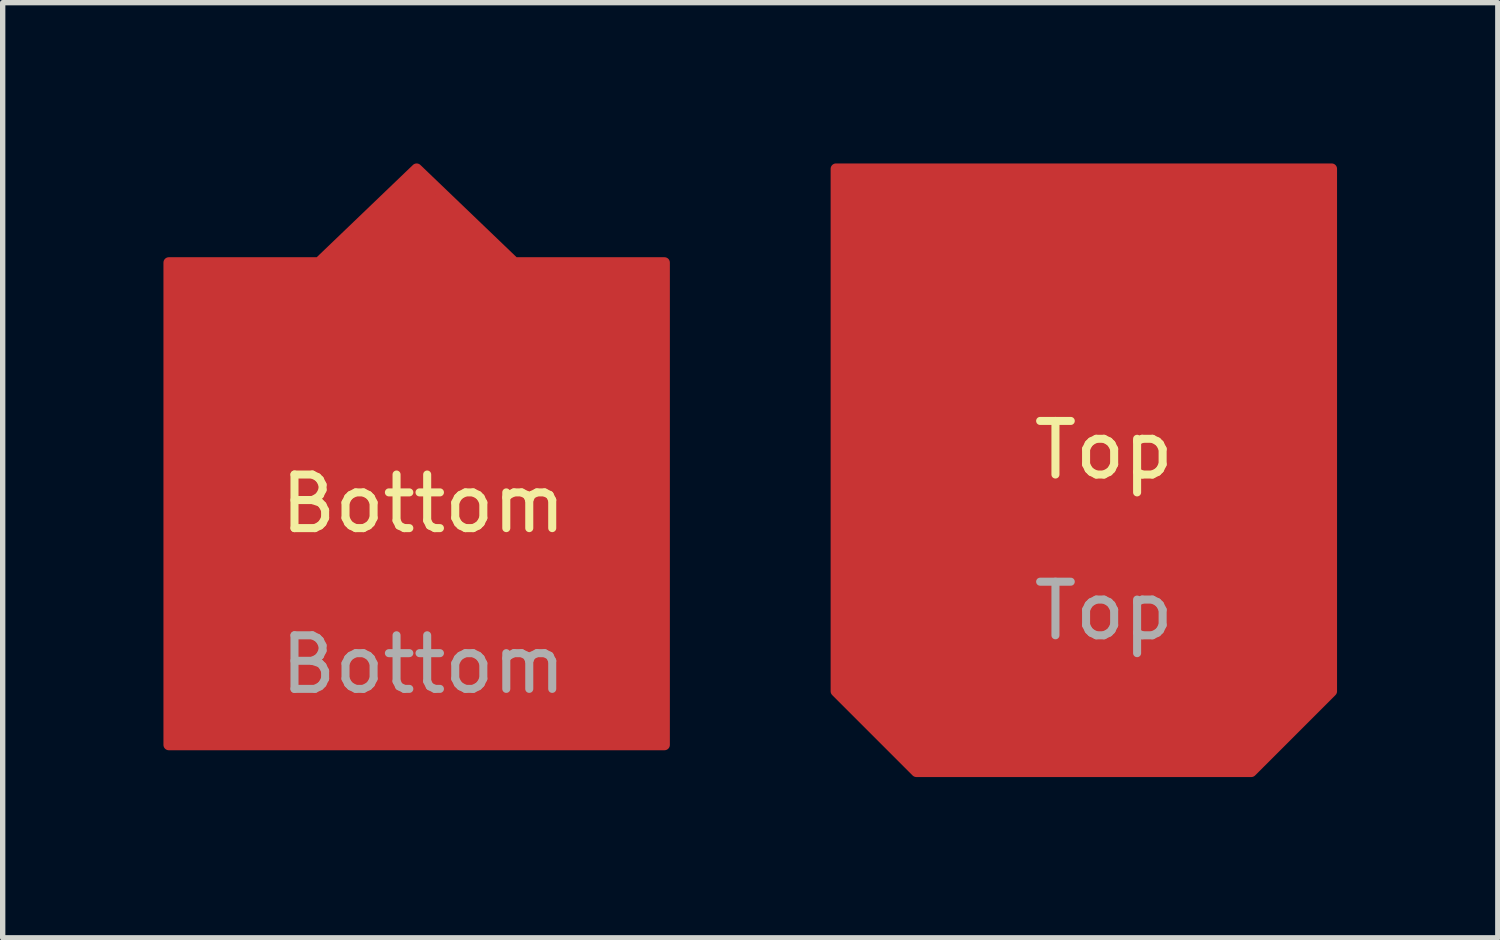
<source format=kicad_pcb>
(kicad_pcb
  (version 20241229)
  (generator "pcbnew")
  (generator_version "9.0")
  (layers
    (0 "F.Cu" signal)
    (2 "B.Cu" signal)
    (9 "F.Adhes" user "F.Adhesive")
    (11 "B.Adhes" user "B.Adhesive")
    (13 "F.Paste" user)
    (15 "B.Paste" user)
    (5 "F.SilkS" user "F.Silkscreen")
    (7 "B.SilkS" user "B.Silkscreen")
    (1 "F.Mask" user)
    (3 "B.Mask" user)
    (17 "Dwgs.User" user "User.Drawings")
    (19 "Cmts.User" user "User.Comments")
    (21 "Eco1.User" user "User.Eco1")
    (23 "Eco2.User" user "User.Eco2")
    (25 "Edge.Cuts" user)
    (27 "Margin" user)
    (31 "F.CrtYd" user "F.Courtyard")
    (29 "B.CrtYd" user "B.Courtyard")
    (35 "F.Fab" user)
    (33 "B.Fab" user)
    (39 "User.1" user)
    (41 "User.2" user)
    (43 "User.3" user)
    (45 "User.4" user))
  (footprint "Top"
    (layer "F.Cu")
    (at 17.55 5.85)
    (property "Reference" "Top" (at 0 -0.5 0) (unlocked yes) (layer "F.SilkS") (effects (font (size 1 1) (thickness 0.15))))
    (attr smd)
    (fp_poly (pts (xy 4.25 4) (xy 2.75 5.5) (xy -3.5 5.5) (xy -5 4) (xy -5 -5.75) (xy 4.25 -5.75)) (stroke (width 0.2) (type solid)) (fill yes) (layer "F.Cu"))
    (fp_poly (pts (xy 4.25 4) (xy 2.75 5.5) (xy -3.5 5.5) (xy -5 4) (xy -5 -5.75) (xy 4.25 -5.75)) (stroke (width 0.2) (type solid)) (fill yes) (layer "F.Mask"))
    (fp_poly (pts (xy 4.25 4) (xy 2.75 5.5) (xy -3.5 5.5) (xy -5 4) (xy -5 -5.75) (xy 4.25 -5.75)) (stroke (width 0.2) (type solid)) (fill yes) (layer "F.Paste"))
    (fp_text user "${REFERENCE}" (at 0 2.5 0) (unlocked yes) (layer "F.Fab") (effects (font (size 1 1) (thickness 0.15)))))
  (footprint "Bottom"
    (layer "F.Cu")
    (at 4.85 6.85)
    (property "Reference" "Bottom" (at 0 -0.5 0) (unlocked yes) (layer "F.SilkS") (effects (font (size 1 1) (thickness 0.15))))
    (attr smd)
    (fp_poly (pts (xy -1.95 -5) (xy -0.125 -6.75) (xy 1.7 -5) (xy 4.5 -5) (xy 4.5 4) (xy -4.75 4) (xy -4.75 -5)) (stroke (width 0.2) (type solid)) (fill yes) (layer "F.Cu"))
    (fp_poly (pts (xy -1.95 -5) (xy -0.125 -6.75) (xy 1.7 -5) (xy 4.5 -5) (xy 4.5 4) (xy -4.75 4) (xy -4.75 -5)) (stroke (width 0.2) (type solid)) (fill yes) (layer "F.Mask"))
    (fp_poly (pts (xy -1.95 -5) (xy -0.125 -6.75) (xy 1.7 -5) (xy 4.5 -5) (xy 4.5 4) (xy -4.75 4) (xy -4.75 -5)) (stroke (width 0.2) (type solid)) (fill yes) (layer "F.Paste"))
    (fp_text user "${REFERENCE}" (at 0 2.5 0) (unlocked yes) (layer "F.Fab") (effects (font (size 1 1) (thickness 0.15)))))
  (gr_rect
    (start -3 -3)
    (end 24.9 14.45)
    (stroke (width 0.1) (type default))
    (fill no)
    (layer "Edge.Cuts")))
</source>
